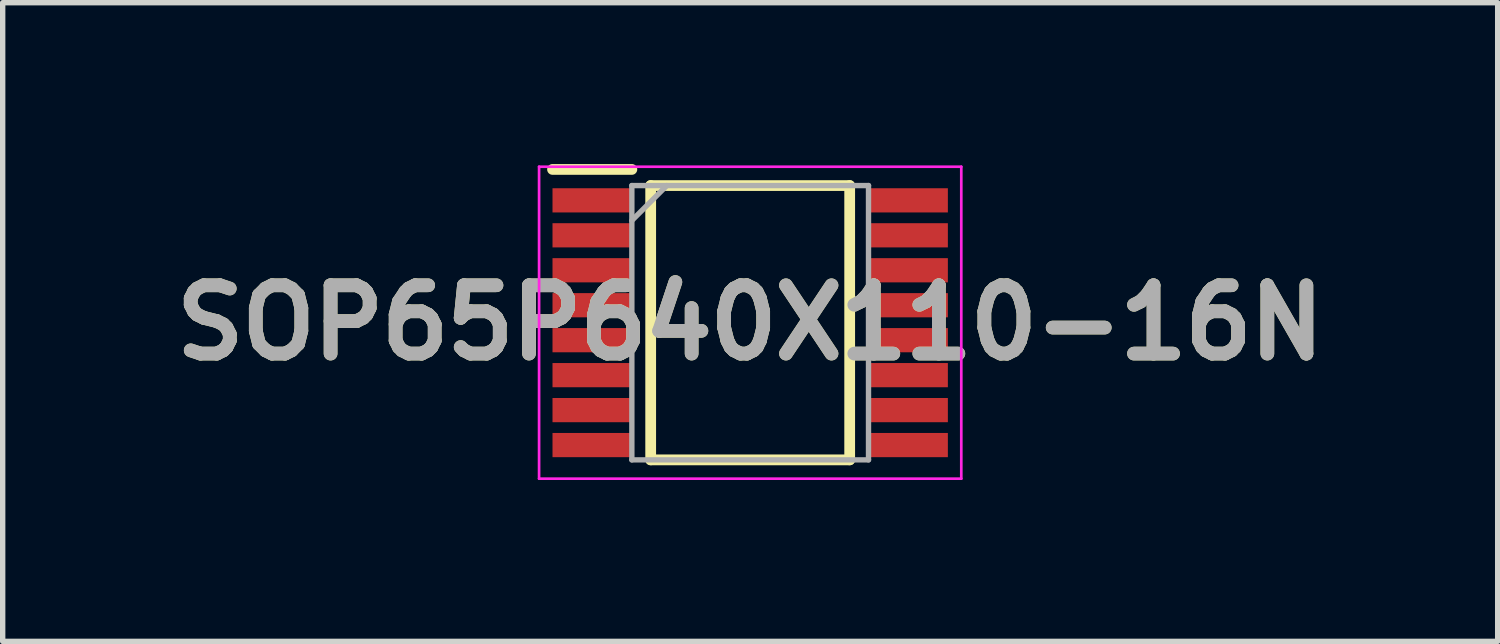
<source format=kicad_pcb>
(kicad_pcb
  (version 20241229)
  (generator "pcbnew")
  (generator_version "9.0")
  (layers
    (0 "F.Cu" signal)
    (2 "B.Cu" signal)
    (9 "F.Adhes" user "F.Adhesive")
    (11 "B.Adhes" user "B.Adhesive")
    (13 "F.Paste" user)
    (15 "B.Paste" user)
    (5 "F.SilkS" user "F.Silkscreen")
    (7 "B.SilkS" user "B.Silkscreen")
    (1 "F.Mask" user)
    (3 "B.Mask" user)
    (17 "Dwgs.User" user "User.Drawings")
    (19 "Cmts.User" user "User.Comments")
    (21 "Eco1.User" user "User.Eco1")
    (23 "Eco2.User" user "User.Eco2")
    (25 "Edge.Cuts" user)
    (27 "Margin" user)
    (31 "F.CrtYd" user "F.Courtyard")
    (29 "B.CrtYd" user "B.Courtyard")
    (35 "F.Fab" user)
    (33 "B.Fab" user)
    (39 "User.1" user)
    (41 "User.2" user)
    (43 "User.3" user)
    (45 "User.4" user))
  (footprint "SOP65P640X110-16N"
    (layer "F.Cu")
    (at 10.898 2.95)
    (property "Reference" "SOP65P640X110-16N" (at 0 0 0) (layer "F.SilkS") (effects (font (size 1.27 1.27) (thickness 0.254))))
    (attr smd)
    (fp_line (start -3.675 -2.85) (end -2.2 -2.85) (stroke (width 0.2) (type solid)) (layer "F.SilkS"))
    (fp_line (start -1.85 -2.55) (end 1.85 -2.55) (stroke (width 0.2) (type solid)) (layer "F.SilkS"))
    (fp_line (start -1.85 2.55) (end -1.85 -2.55) (stroke (width 0.2) (type solid)) (layer "F.SilkS"))
    (fp_line (start 1.85 -2.55) (end 1.85 2.55) (stroke (width 0.2) (type solid)) (layer "F.SilkS"))
    (fp_line (start 1.85 2.55) (end -1.85 2.55) (stroke (width 0.2) (type solid)) (layer "F.SilkS"))
    (fp_line (start -3.925 -2.9) (end 3.925 -2.9) (stroke (width 0.05) (type solid)) (layer "F.CrtYd"))
    (fp_line (start -3.925 2.9) (end -3.925 -2.9) (stroke (width 0.05) (type solid)) (layer "F.CrtYd"))
    (fp_line (start 3.925 -2.9) (end 3.925 2.9) (stroke (width 0.05) (type solid)) (layer "F.CrtYd"))
    (fp_line (start 3.925 2.9) (end -3.925 2.9) (stroke (width 0.05) (type solid)) (layer "F.CrtYd"))
    (fp_line (start -2.2 -2.55) (end 2.2 -2.55) (stroke (width 0.1) (type solid)) (layer "F.Fab"))
    (fp_line (start -2.2 -1.9) (end -1.55 -2.55) (stroke (width 0.1) (type solid)) (layer "F.Fab"))
    (fp_line (start -2.2 2.55) (end -2.2 -2.55) (stroke (width 0.1) (type solid)) (layer "F.Fab"))
    (fp_line (start 2.2 -2.55) (end 2.2 2.55) (stroke (width 0.1) (type solid)) (layer "F.Fab"))
    (fp_line (start 2.2 2.55) (end -2.2 2.55) (stroke (width 0.1) (type solid)) (layer "F.Fab"))
    (fp_text user "${REFERENCE}" (at 0 0 0) (layer "F.Fab") (effects (font (size 1.27 1.27) (thickness 0.254))))
    (pad "1" smd rect (at -2.938 -2.275 90) (size 0.45 1.475) (layers "F.Cu" "F.Mask" "F.Paste"))
    (pad "2" smd rect (at -2.938 -1.625 90) (size 0.45 1.475) (layers "F.Cu" "F.Mask" "F.Paste"))
    (pad "3" smd rect (at -2.938 -0.975 90) (size 0.45 1.475) (layers "F.Cu" "F.Mask" "F.Paste"))
    (pad "4" smd rect (at -2.938 -0.325 90) (size 0.45 1.475) (layers "F.Cu" "F.Mask" "F.Paste"))
    (pad "5" smd rect (at -2.938 0.325 90) (size 0.45 1.475) (layers "F.Cu" "F.Mask" "F.Paste"))
    (pad "6" smd rect (at -2.938 0.975 90) (size 0.45 1.475) (layers "F.Cu" "F.Mask" "F.Paste"))
    (pad "7" smd rect (at -2.938 1.625 90) (size 0.45 1.475) (layers "F.Cu" "F.Mask" "F.Paste"))
    (pad "8" smd rect (at -2.938 2.275 90) (size 0.45 1.475) (layers "F.Cu" "F.Mask" "F.Paste"))
    (pad "9" smd rect (at 2.938 2.275 90) (size 0.45 1.475) (layers "F.Cu" "F.Mask" "F.Paste"))
    (pad "10" smd rect (at 2.938 1.625 90) (size 0.45 1.475) (layers "F.Cu" "F.Mask" "F.Paste"))
    (pad "11" smd rect (at 2.938 0.975 90) (size 0.45 1.475) (layers "F.Cu" "F.Mask" "F.Paste"))
    (pad "12" smd rect (at 2.938 0.325 90) (size 0.45 1.475) (layers "F.Cu" "F.Mask" "F.Paste"))
    (pad "13" smd rect (at 2.938 -0.325 90) (size 0.45 1.475) (layers "F.Cu" "F.Mask" "F.Paste"))
    (pad "14" smd rect (at 2.938 -0.975 90) (size 0.45 1.475) (layers "F.Cu" "F.Mask" "F.Paste"))
    (pad "15" smd rect (at 2.938 -1.625 90) (size 0.45 1.475) (layers "F.Cu" "F.Mask" "F.Paste"))
    (pad "16" smd rect (at 2.938 -2.275 90) (size 0.45 1.475) (layers "F.Cu" "F.Mask" "F.Paste")))
  (gr_rect
    (start -3 -3)
    (end 24.796 8.875)
    (stroke (width 0.1) (type default))
    (fill no)
    (layer "Edge.Cuts")))
</source>
